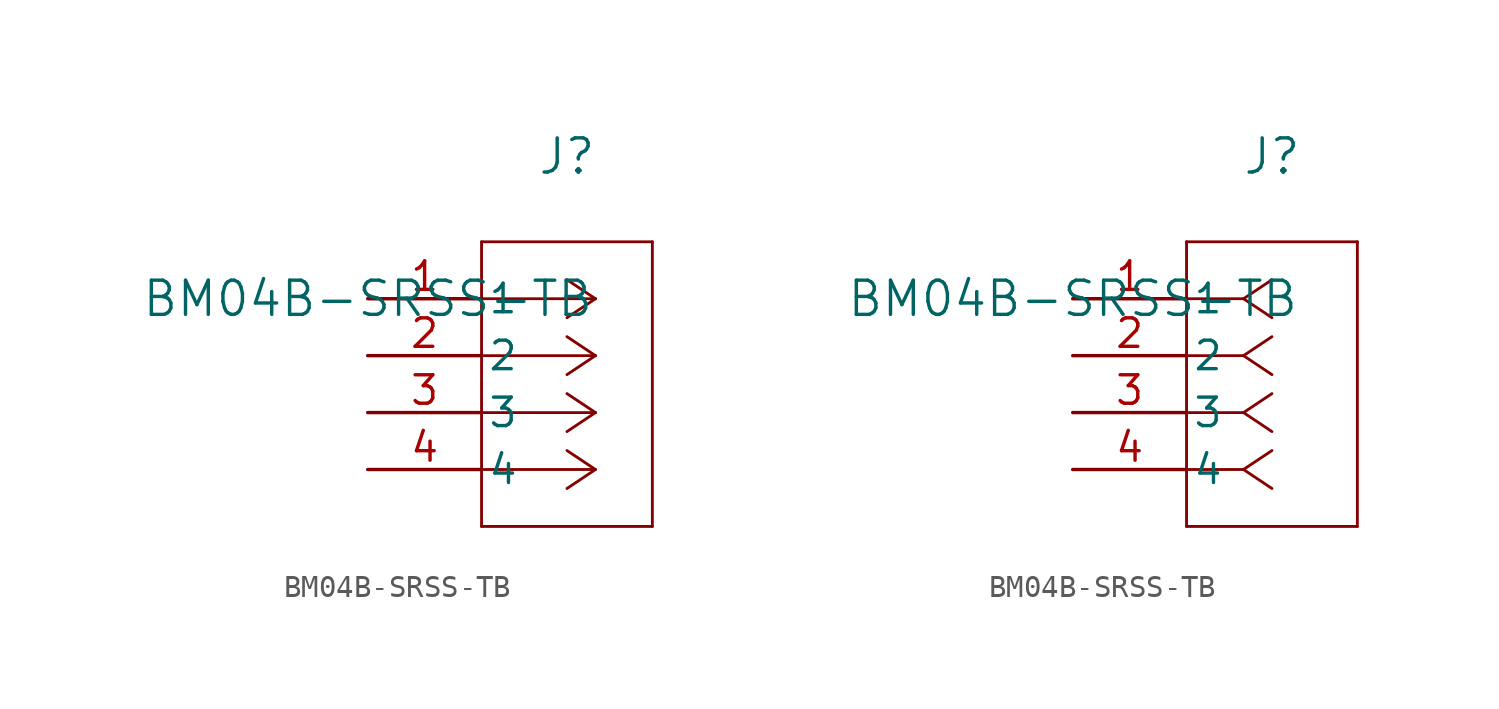
<source format=kicad_sym>
(kicad_symbol_lib
  (version 20211014)
  (generator kicad_symbol_editor)
  (symbol "BM04B-SRSS-TB"
    (pin_names
      (offset 0.254))
    (property "Reference" "J"
      (at 8.89 6.35 0)
      (effects (font (size 1.524 1.524))))
    (property "Value" "BM04B-SRSS-TB"
      (at 0 0 0)
      (effects (font (size 1.524 1.524))))
    (symbol "BM04B-SRSS-TB_1_1"
      (polyline (pts (xy 10.16 0) (xy 5.08 0)) (stroke (width 0.127) (type default) (color 0 0 0 0)) (fill (type none)))
      (polyline (pts (xy 10.16 -2.54) (xy 5.08 -2.54)) (stroke (width 0.127) (type default) (color 0 0 0 0)) (fill (type none)))
      (polyline (pts (xy 10.16 -5.08) (xy 5.08 -5.08)) (stroke (width 0.127) (type default) (color 0 0 0 0)) (fill (type none)))
      (polyline (pts (xy 10.16 -7.62) (xy 5.08 -7.62)) (stroke (width 0.127) (type default) (color 0 0 0 0)) (fill (type none)))
      (polyline (pts (xy 10.16 0) (xy 8.89 0.847)) (stroke (width 0.127) (type default) (color 0 0 0 0)) (fill (type none)))
      (polyline (pts (xy 10.16 -2.54) (xy 8.89 -1.693)) (stroke (width 0.127) (type default) (color 0 0 0 0)) (fill (type none)))
      (polyline (pts (xy 10.16 -5.08) (xy 8.89 -4.233)) (stroke (width 0.127) (type default) (color 0 0 0 0)) (fill (type none)))
      (polyline (pts (xy 10.16 -7.62) (xy 8.89 -6.773)) (stroke (width 0.127) (type default) (color 0 0 0 0)) (fill (type none)))
      (polyline (pts (xy 10.16 0) (xy 8.89 -0.847)) (stroke (width 0.127) (type default) (color 0 0 0 0)) (fill (type none)))
      (polyline (pts (xy 10.16 -2.54) (xy 8.89 -3.387)) (stroke (width 0.127) (type default) (color 0 0 0 0)) (fill (type none)))
      (polyline (pts (xy 10.16 -5.08) (xy 8.89 -5.927)) (stroke (width 0.127) (type default) (color 0 0 0 0)) (fill (type none)))
      (polyline (pts (xy 10.16 -7.62) (xy 8.89 -8.467)) (stroke (width 0.127) (type default) (color 0 0 0 0)) (fill (type none)))
      (polyline (pts (xy 5.08 2.54) (xy 5.08 -10.16)) (stroke (width 0.127) (type default) (color 0 0 0 0)) (fill (type none)))
      (polyline (pts (xy 5.08 -10.16) (xy 12.7 -10.16)) (stroke (width 0.127) (type default) (color 0 0 0 0)) (fill (type none)))
      (polyline (pts (xy 12.7 -10.16) (xy 12.7 2.54)) (stroke (width 0.127) (type default) (color 0 0 0 0)) (fill (type none)))
      (polyline (pts (xy 12.7 2.54) (xy 5.08 2.54)) (stroke (width 0.127) (type default) (color 0 0 0 0)) (fill (type none)))
      (pin unspecified line (at 0 0 0) (length 5.08) (name "1" (effects (font (size 1.27 1.27)))) (number "1" (effects (font (size 1.27 1.27)))))
      (pin unspecified line (at 0 -2.54 0) (length 5.08) (name "2" (effects (font (size 1.27 1.27)))) (number "2" (effects (font (size 1.27 1.27)))))
      (pin unspecified line (at 0 -5.08 0) (length 5.08) (name "3" (effects (font (size 1.27 1.27)))) (number "3" (effects (font (size 1.27 1.27)))))
      (pin unspecified line (at 0 -7.62 0) (length 5.08) (name "4" (effects (font (size 1.27 1.27)))) (number "4" (effects (font (size 1.27 1.27))))))
    (symbol "BM04B-SRSS-TB_1_2"
      (polyline (pts (xy 7.62 0) (xy 5.08 0)) (stroke (width 0.127) (type default) (color 0 0 0 0)) (fill (type none)))
      (polyline (pts (xy 7.62 -2.54) (xy 5.08 -2.54)) (stroke (width 0.127) (type default) (color 0 0 0 0)) (fill (type none)))
      (polyline (pts (xy 7.62 -5.08) (xy 5.08 -5.08)) (stroke (width 0.127) (type default) (color 0 0 0 0)) (fill (type none)))
      (polyline (pts (xy 7.62 -7.62) (xy 5.08 -7.62)) (stroke (width 0.127) (type default) (color 0 0 0 0)) (fill (type none)))
      (polyline (pts (xy 7.62 0) (xy 8.89 0.847)) (stroke (width 0.127) (type default) (color 0 0 0 0)) (fill (type none)))
      (polyline (pts (xy 7.62 -2.54) (xy 8.89 -1.693)) (stroke (width 0.127) (type default) (color 0 0 0 0)) (fill (type none)))
      (polyline (pts (xy 7.62 -5.08) (xy 8.89 -4.233)) (stroke (width 0.127) (type default) (color 0 0 0 0)) (fill (type none)))
      (polyline (pts (xy 7.62 -7.62) (xy 8.89 -6.773)) (stroke (width 0.127) (type default) (color 0 0 0 0)) (fill (type none)))
      (polyline (pts (xy 7.62 0) (xy 8.89 -0.847)) (stroke (width 0.127) (type default) (color 0 0 0 0)) (fill (type none)))
      (polyline (pts (xy 7.62 -2.54) (xy 8.89 -3.387)) (stroke (width 0.127) (type default) (color 0 0 0 0)) (fill (type none)))
      (polyline (pts (xy 7.62 -5.08) (xy 8.89 -5.927)) (stroke (width 0.127) (type default) (color 0 0 0 0)) (fill (type none)))
      (polyline (pts (xy 7.62 -7.62) (xy 8.89 -8.467)) (stroke (width 0.127) (type default) (color 0 0 0 0)) (fill (type none)))
      (polyline (pts (xy 5.08 2.54) (xy 5.08 -10.16)) (stroke (width 0.127) (type default) (color 0 0 0 0)) (fill (type none)))
      (polyline (pts (xy 5.08 -10.16) (xy 12.7 -10.16)) (stroke (width 0.127) (type default) (color 0 0 0 0)) (fill (type none)))
      (polyline (pts (xy 12.7 -10.16) (xy 12.7 2.54)) (stroke (width 0.127) (type default) (color 0 0 0 0)) (fill (type none)))
      (polyline (pts (xy 12.7 2.54) (xy 5.08 2.54)) (stroke (width 0.127) (type default) (color 0 0 0 0)) (fill (type none)))
      (pin unspecified line (at 0 0 0) (length 5.08) (name "1" (effects (font (size 1.27 1.27)))) (number "1" (effects (font (size 1.27 1.27)))))
      (pin unspecified line (at 0 -2.54 0) (length 5.08) (name "2" (effects (font (size 1.27 1.27)))) (number "2" (effects (font (size 1.27 1.27)))))
      (pin unspecified line (at 0 -5.08 0) (length 5.08) (name "3" (effects (font (size 1.27 1.27)))) (number "3" (effects (font (size 1.27 1.27)))))
      (pin unspecified line (at 0 -7.62 0) (length 5.08) (name "4" (effects (font (size 1.27 1.27)))) (number "4" (effects (font (size 1.27 1.27))))))))
</source>
